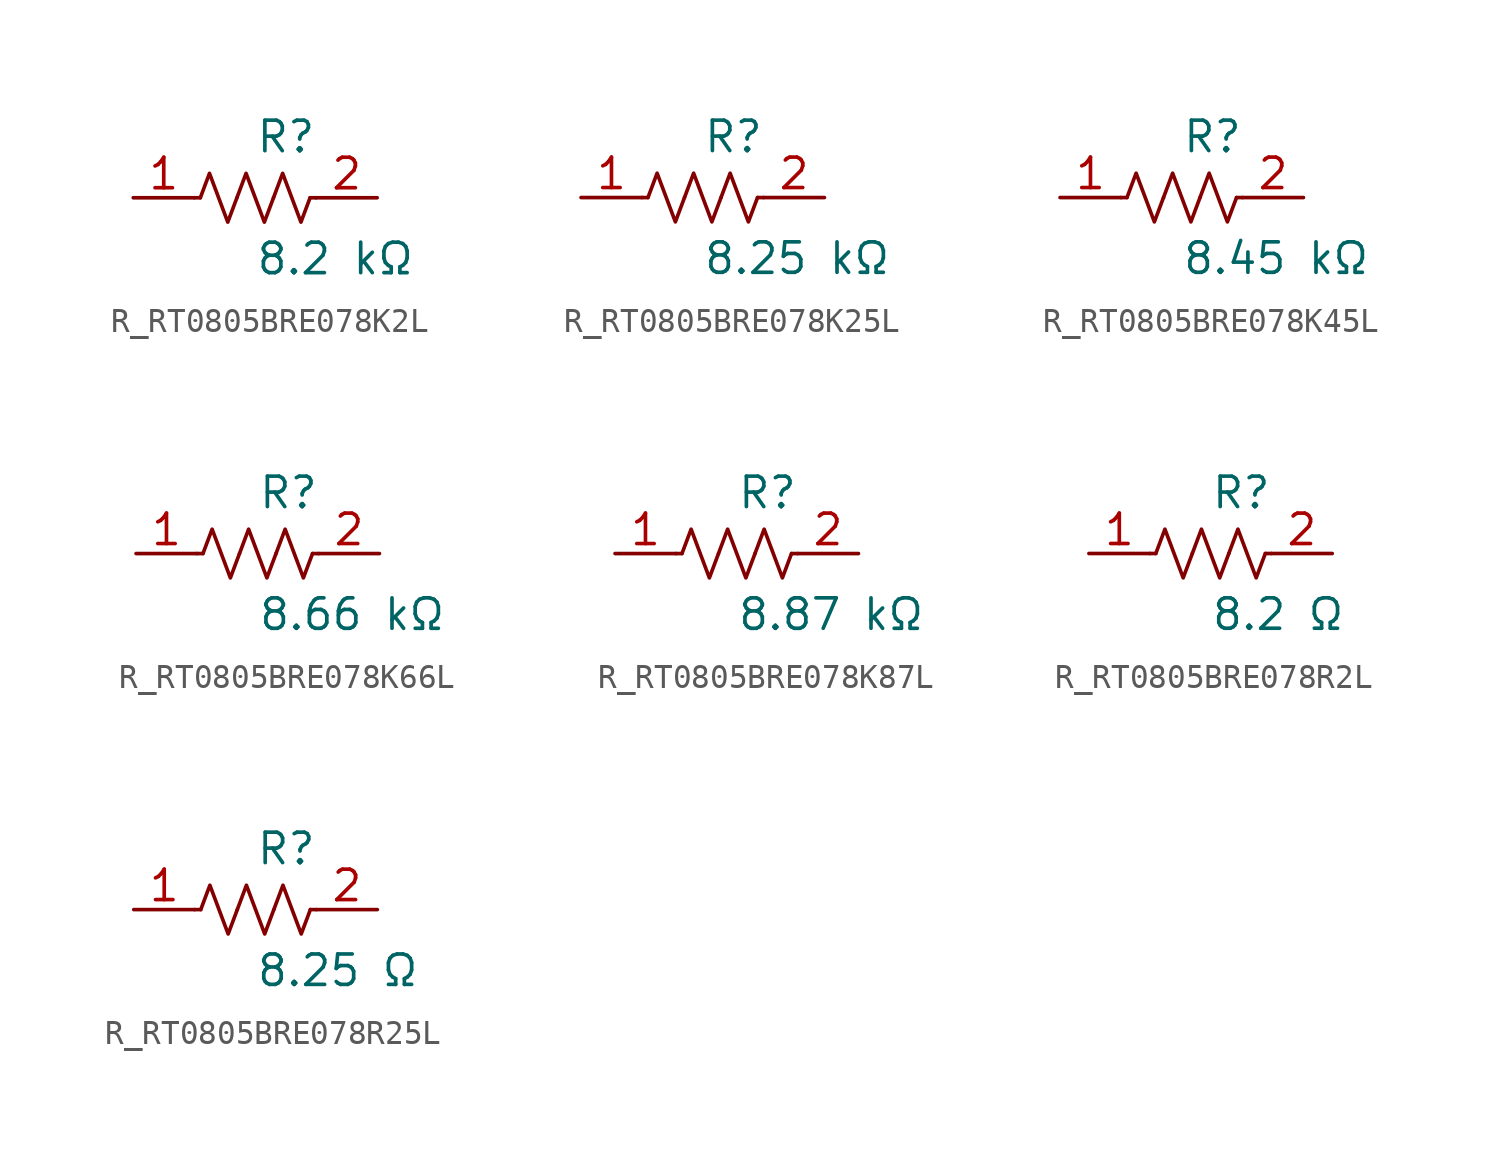
<source format=kicad_sym>
(kicad_symbol_lib
  (version 20231120)
  (generator kicad_symbol_editor)
  (generator_version 8.0)
  (symbol "R_RT0805BRE078K2L"
    (pin_names
      (offset 0.254))
    (property "Reference" "R"
      (at 0.0 2.54 0)
      (effects (font (size 1.27 1.27)) (justify left)))
    (property "Value" "8.2 kΩ"
      (at 0.0 -2.54 0)
      (effects (font (size 1.27 1.27)) (justify left)))
    (symbol "R_RT0805BRE078K2L_0_1"
      (polyline (pts (xy 2.286 0) (xy 2.54 0)) (stroke (width 0) (type default)) (fill (type none)))
      (polyline (pts (xy -2.286 0) (xy -2.54 0)) (stroke (width 0) (type default)) (fill (type none)))
      (polyline (pts (xy 0.762 0) (xy 1.143 1.016) (xy 1.524 0) (xy 1.905 -1.016) (xy 2.286 0)) (stroke (width 0) (type default)) (fill (type none)))
      (polyline (pts (xy -0.762 0) (xy -0.381 1.016) (xy 0 0) (xy 0.381 -1.016) (xy 0.762 0)) (stroke (width 0) (type default)) (fill (type none)))
      (polyline (pts (xy -2.286 0) (xy -1.905 1.016) (xy -1.524 0) (xy -1.143 -1.016) (xy -0.762 0)) (stroke (width 0) (type default)) (fill (type none))))
    (pin unspecified line
      (at -5.08 0 0)
      (length 2.54)
      (name "" (effects (font (size 1.27 1.27))))
      (number "1" (effects (font (size 1.27 1.27)))))
    (pin unspecified line
      (at 5.08 0 180)
      (length 2.54)
      (name "" (effects (font (size 1.27 1.27))))
      (number "2" (effects (font (size 1.27 1.27))))))
  (symbol "R_RT0805BRE078K25L"
    (pin_names
      (offset 0.254))
    (property "Reference" "R"
      (at 0.0 2.54 0)
      (effects (font (size 1.27 1.27)) (justify left)))
    (property "Value" "8.25 kΩ"
      (at 0.0 -2.54 0)
      (effects (font (size 1.27 1.27)) (justify left)))
    (symbol "R_RT0805BRE078K25L_0_1"
      (polyline (pts (xy 2.286 0) (xy 2.54 0)) (stroke (width 0) (type default)) (fill (type none)))
      (polyline (pts (xy -2.286 0) (xy -2.54 0)) (stroke (width 0) (type default)) (fill (type none)))
      (polyline (pts (xy 0.762 0) (xy 1.143 1.016) (xy 1.524 0) (xy 1.905 -1.016) (xy 2.286 0)) (stroke (width 0) (type default)) (fill (type none)))
      (polyline (pts (xy -0.762 0) (xy -0.381 1.016) (xy 0 0) (xy 0.381 -1.016) (xy 0.762 0)) (stroke (width 0) (type default)) (fill (type none)))
      (polyline (pts (xy -2.286 0) (xy -1.905 1.016) (xy -1.524 0) (xy -1.143 -1.016) (xy -0.762 0)) (stroke (width 0) (type default)) (fill (type none))))
    (pin unspecified line
      (at -5.08 0 0)
      (length 2.54)
      (name "" (effects (font (size 1.27 1.27))))
      (number "1" (effects (font (size 1.27 1.27)))))
    (pin unspecified line
      (at 5.08 0 180)
      (length 2.54)
      (name "" (effects (font (size 1.27 1.27))))
      (number "2" (effects (font (size 1.27 1.27))))))
  (symbol "R_RT0805BRE078K45L"
    (pin_names
      (offset 0.254))
    (property "Reference" "R"
      (at 0.0 2.54 0)
      (effects (font (size 1.27 1.27)) (justify left)))
    (property "Value" "8.45 kΩ"
      (at 0.0 -2.54 0)
      (effects (font (size 1.27 1.27)) (justify left)))
    (symbol "R_RT0805BRE078K45L_0_1"
      (polyline (pts (xy 2.286 0) (xy 2.54 0)) (stroke (width 0) (type default)) (fill (type none)))
      (polyline (pts (xy -2.286 0) (xy -2.54 0)) (stroke (width 0) (type default)) (fill (type none)))
      (polyline (pts (xy 0.762 0) (xy 1.143 1.016) (xy 1.524 0) (xy 1.905 -1.016) (xy 2.286 0)) (stroke (width 0) (type default)) (fill (type none)))
      (polyline (pts (xy -0.762 0) (xy -0.381 1.016) (xy 0 0) (xy 0.381 -1.016) (xy 0.762 0)) (stroke (width 0) (type default)) (fill (type none)))
      (polyline (pts (xy -2.286 0) (xy -1.905 1.016) (xy -1.524 0) (xy -1.143 -1.016) (xy -0.762 0)) (stroke (width 0) (type default)) (fill (type none))))
    (pin unspecified line
      (at -5.08 0 0)
      (length 2.54)
      (name "" (effects (font (size 1.27 1.27))))
      (number "1" (effects (font (size 1.27 1.27)))))
    (pin unspecified line
      (at 5.08 0 180)
      (length 2.54)
      (name "" (effects (font (size 1.27 1.27))))
      (number "2" (effects (font (size 1.27 1.27))))))
  (symbol "R_RT0805BRE078K66L"
    (pin_names
      (offset 0.254))
    (property "Reference" "R"
      (at 0.0 2.54 0)
      (effects (font (size 1.27 1.27)) (justify left)))
    (property "Value" "8.66 kΩ"
      (at 0.0 -2.54 0)
      (effects (font (size 1.27 1.27)) (justify left)))
    (symbol "R_RT0805BRE078K66L_0_1"
      (polyline (pts (xy 2.286 0) (xy 2.54 0)) (stroke (width 0) (type default)) (fill (type none)))
      (polyline (pts (xy -2.286 0) (xy -2.54 0)) (stroke (width 0) (type default)) (fill (type none)))
      (polyline (pts (xy 0.762 0) (xy 1.143 1.016) (xy 1.524 0) (xy 1.905 -1.016) (xy 2.286 0)) (stroke (width 0) (type default)) (fill (type none)))
      (polyline (pts (xy -0.762 0) (xy -0.381 1.016) (xy 0 0) (xy 0.381 -1.016) (xy 0.762 0)) (stroke (width 0) (type default)) (fill (type none)))
      (polyline (pts (xy -2.286 0) (xy -1.905 1.016) (xy -1.524 0) (xy -1.143 -1.016) (xy -0.762 0)) (stroke (width 0) (type default)) (fill (type none))))
    (pin unspecified line
      (at -5.08 0 0)
      (length 2.54)
      (name "" (effects (font (size 1.27 1.27))))
      (number "1" (effects (font (size 1.27 1.27)))))
    (pin unspecified line
      (at 5.08 0 180)
      (length 2.54)
      (name "" (effects (font (size 1.27 1.27))))
      (number "2" (effects (font (size 1.27 1.27))))))
  (symbol "R_RT0805BRE078K87L"
    (pin_names
      (offset 0.254))
    (property "Reference" "R"
      (at 0.0 2.54 0)
      (effects (font (size 1.27 1.27)) (justify left)))
    (property "Value" "8.87 kΩ"
      (at 0.0 -2.54 0)
      (effects (font (size 1.27 1.27)) (justify left)))
    (symbol "R_RT0805BRE078K87L_0_1"
      (polyline (pts (xy 2.286 0) (xy 2.54 0)) (stroke (width 0) (type default)) (fill (type none)))
      (polyline (pts (xy -2.286 0) (xy -2.54 0)) (stroke (width 0) (type default)) (fill (type none)))
      (polyline (pts (xy 0.762 0) (xy 1.143 1.016) (xy 1.524 0) (xy 1.905 -1.016) (xy 2.286 0)) (stroke (width 0) (type default)) (fill (type none)))
      (polyline (pts (xy -0.762 0) (xy -0.381 1.016) (xy 0 0) (xy 0.381 -1.016) (xy 0.762 0)) (stroke (width 0) (type default)) (fill (type none)))
      (polyline (pts (xy -2.286 0) (xy -1.905 1.016) (xy -1.524 0) (xy -1.143 -1.016) (xy -0.762 0)) (stroke (width 0) (type default)) (fill (type none))))
    (pin unspecified line
      (at -5.08 0 0)
      (length 2.54)
      (name "" (effects (font (size 1.27 1.27))))
      (number "1" (effects (font (size 1.27 1.27)))))
    (pin unspecified line
      (at 5.08 0 180)
      (length 2.54)
      (name "" (effects (font (size 1.27 1.27))))
      (number "2" (effects (font (size 1.27 1.27))))))
  (symbol "R_RT0805BRE078R2L"
    (pin_names
      (offset 0.254))
    (property "Reference" "R"
      (at 0.0 2.54 0)
      (effects (font (size 1.27 1.27)) (justify left)))
    (property "Value" "8.2 Ω"
      (at 0.0 -2.54 0)
      (effects (font (size 1.27 1.27)) (justify left)))
    (symbol "R_RT0805BRE078R2L_0_1"
      (polyline (pts (xy 2.286 0) (xy 2.54 0)) (stroke (width 0) (type default)) (fill (type none)))
      (polyline (pts (xy -2.286 0) (xy -2.54 0)) (stroke (width 0) (type default)) (fill (type none)))
      (polyline (pts (xy 0.762 0) (xy 1.143 1.016) (xy 1.524 0) (xy 1.905 -1.016) (xy 2.286 0)) (stroke (width 0) (type default)) (fill (type none)))
      (polyline (pts (xy -0.762 0) (xy -0.381 1.016) (xy 0 0) (xy 0.381 -1.016) (xy 0.762 0)) (stroke (width 0) (type default)) (fill (type none)))
      (polyline (pts (xy -2.286 0) (xy -1.905 1.016) (xy -1.524 0) (xy -1.143 -1.016) (xy -0.762 0)) (stroke (width 0) (type default)) (fill (type none))))
    (pin unspecified line
      (at -5.08 0 0)
      (length 2.54)
      (name "" (effects (font (size 1.27 1.27))))
      (number "1" (effects (font (size 1.27 1.27)))))
    (pin unspecified line
      (at 5.08 0 180)
      (length 2.54)
      (name "" (effects (font (size 1.27 1.27))))
      (number "2" (effects (font (size 1.27 1.27))))))
  (symbol "R_RT0805BRE078R25L"
    (pin_names
      (offset 0.254))
    (property "Reference" "R"
      (at 0.0 2.54 0)
      (effects (font (size 1.27 1.27)) (justify left)))
    (property "Value" "8.25 Ω"
      (at 0.0 -2.54 0)
      (effects (font (size 1.27 1.27)) (justify left)))
    (symbol "R_RT0805BRE078R25L_0_1"
      (polyline (pts (xy 2.286 0) (xy 2.54 0)) (stroke (width 0) (type default)) (fill (type none)))
      (polyline (pts (xy -2.286 0) (xy -2.54 0)) (stroke (width 0) (type default)) (fill (type none)))
      (polyline (pts (xy 0.762 0) (xy 1.143 1.016) (xy 1.524 0) (xy 1.905 -1.016) (xy 2.286 0)) (stroke (width 0) (type default)) (fill (type none)))
      (polyline (pts (xy -0.762 0) (xy -0.381 1.016) (xy 0 0) (xy 0.381 -1.016) (xy 0.762 0)) (stroke (width 0) (type default)) (fill (type none)))
      (polyline (pts (xy -2.286 0) (xy -1.905 1.016) (xy -1.524 0) (xy -1.143 -1.016) (xy -0.762 0)) (stroke (width 0) (type default)) (fill (type none))))
    (pin unspecified line
      (at -5.08 0 0)
      (length 2.54)
      (name "" (effects (font (size 1.27 1.27))))
      (number "1" (effects (font (size 1.27 1.27)))))
    (pin unspecified line
      (at 5.08 0 180)
      (length 2.54)
      (name "" (effects (font (size 1.27 1.27))))
      (number "2" (effects (font (size 1.27 1.27)))))))
</source>
